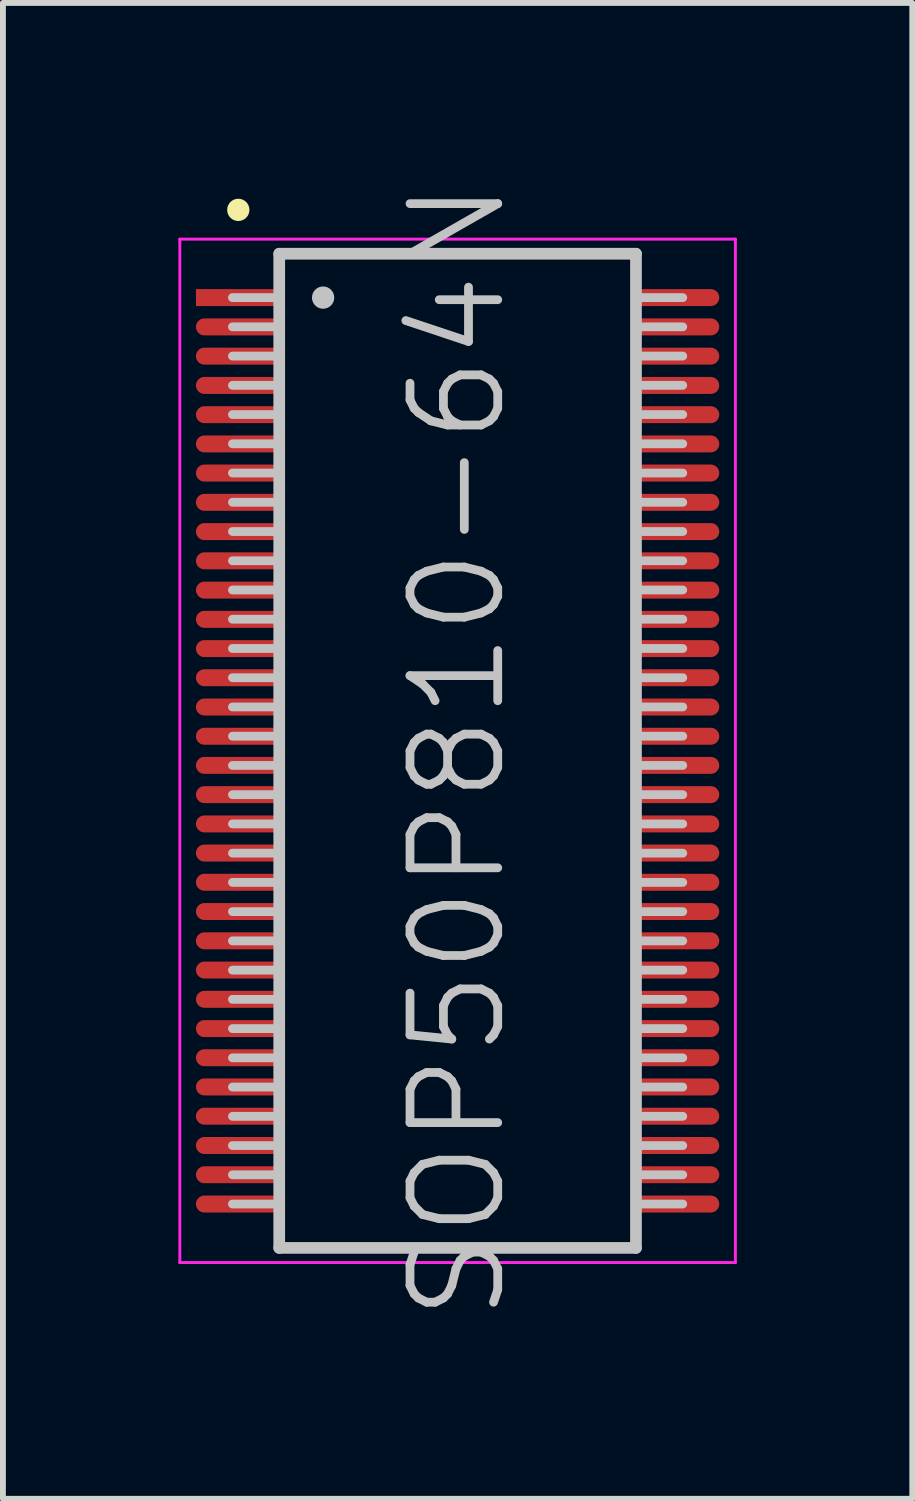
<source format=kicad_pcb>
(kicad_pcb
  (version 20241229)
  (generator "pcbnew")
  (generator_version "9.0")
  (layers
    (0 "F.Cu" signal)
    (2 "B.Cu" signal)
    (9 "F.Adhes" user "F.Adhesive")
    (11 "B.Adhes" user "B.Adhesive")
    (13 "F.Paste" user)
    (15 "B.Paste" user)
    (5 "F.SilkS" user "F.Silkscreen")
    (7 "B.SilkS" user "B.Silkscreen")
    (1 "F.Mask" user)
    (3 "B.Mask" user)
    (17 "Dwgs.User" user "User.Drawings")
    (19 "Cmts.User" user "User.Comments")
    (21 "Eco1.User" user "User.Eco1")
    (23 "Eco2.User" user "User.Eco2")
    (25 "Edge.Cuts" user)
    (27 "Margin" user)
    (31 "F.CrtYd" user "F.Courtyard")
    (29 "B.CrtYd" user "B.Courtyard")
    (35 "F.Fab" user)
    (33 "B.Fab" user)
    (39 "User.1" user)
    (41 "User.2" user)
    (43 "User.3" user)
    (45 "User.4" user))
  (footprint "SOP50P810-64N"
    (layer "F.Cu")
    (at 4.775 9.789)
    (property "Reference" "SOP50P810-64N" (at 0 0 90) (layer "Dwgs.User") (effects (font (size 1.5 1.5) (thickness 0.15))))
    (attr smd)
    (fp_line (start -3.75 -9.25) (end -3.75 -9.25) (stroke (width 0.381) (type solid)) (layer "F.SilkS"))
    (fp_line (start -3.05 -8.5) (end -3.05 8.5) (stroke (width 0.2) (type solid)) (layer "Dwgs.User"))
    (fp_line (start -3.05 -8.5) (end 3.05 -8.5) (stroke (width 0.2) (type solid)) (layer "Dwgs.User"))
    (fp_line (start -3.05 -7.75) (end -3.85 -7.75) (stroke (width 0.15) (type solid)) (layer "Dwgs.User"))
    (fp_line (start -3.05 -7.25) (end -3.85 -7.25) (stroke (width 0.15) (type solid)) (layer "Dwgs.User"))
    (fp_line (start -3.05 -6.75) (end -3.85 -6.75) (stroke (width 0.15) (type solid)) (layer "Dwgs.User"))
    (fp_line (start -3.05 -6.25) (end -3.85 -6.25) (stroke (width 0.15) (type solid)) (layer "Dwgs.User"))
    (fp_line (start -3.05 -5.75) (end -3.85 -5.75) (stroke (width 0.15) (type solid)) (layer "Dwgs.User"))
    (fp_line (start -3.05 -5.25) (end -3.85 -5.25) (stroke (width 0.15) (type solid)) (layer "Dwgs.User"))
    (fp_line (start -3.05 -4.75) (end -3.85 -4.75) (stroke (width 0.15) (type solid)) (layer "Dwgs.User"))
    (fp_line (start -3.05 -4.25) (end -3.85 -4.25) (stroke (width 0.15) (type solid)) (layer "Dwgs.User"))
    (fp_line (start -3.05 -3.75) (end -3.85 -3.75) (stroke (width 0.15) (type solid)) (layer "Dwgs.User"))
    (fp_line (start -3.05 -3.25) (end -3.85 -3.25) (stroke (width 0.15) (type solid)) (layer "Dwgs.User"))
    (fp_line (start -3.05 -2.75) (end -3.85 -2.75) (stroke (width 0.15) (type solid)) (layer "Dwgs.User"))
    (fp_line (start -3.05 -2.25) (end -3.85 -2.25) (stroke (width 0.15) (type solid)) (layer "Dwgs.User"))
    (fp_line (start -3.05 -1.75) (end -3.85 -1.75) (stroke (width 0.15) (type solid)) (layer "Dwgs.User"))
    (fp_line (start -3.05 -1.25) (end -3.85 -1.25) (stroke (width 0.15) (type solid)) (layer "Dwgs.User"))
    (fp_line (start -3.05 -0.75) (end -3.85 -0.75) (stroke (width 0.15) (type solid)) (layer "Dwgs.User"))
    (fp_line (start -3.05 -0.25) (end -3.85 -0.25) (stroke (width 0.15) (type solid)) (layer "Dwgs.User"))
    (fp_line (start -3.05 0.25) (end -3.85 0.25) (stroke (width 0.15) (type solid)) (layer "Dwgs.User"))
    (fp_line (start -3.05 0.75) (end -3.85 0.75) (stroke (width 0.15) (type solid)) (layer "Dwgs.User"))
    (fp_line (start -3.05 1.25) (end -3.85 1.25) (stroke (width 0.15) (type solid)) (layer "Dwgs.User"))
    (fp_line (start -3.05 1.75) (end -3.85 1.75) (stroke (width 0.15) (type solid)) (layer "Dwgs.User"))
    (fp_line (start -3.05 2.25) (end -3.85 2.25) (stroke (width 0.15) (type solid)) (layer "Dwgs.User"))
    (fp_line (start -3.05 2.75) (end -3.85 2.75) (stroke (width 0.15) (type solid)) (layer "Dwgs.User"))
    (fp_line (start -3.05 3.25) (end -3.85 3.25) (stroke (width 0.15) (type solid)) (layer "Dwgs.User"))
    (fp_line (start -3.05 3.75) (end -3.85 3.75) (stroke (width 0.15) (type solid)) (layer "Dwgs.User"))
    (fp_line (start -3.05 4.25) (end -3.85 4.25) (stroke (width 0.15) (type solid)) (layer "Dwgs.User"))
    (fp_line (start -3.05 4.75) (end -3.85 4.75) (stroke (width 0.15) (type solid)) (layer "Dwgs.User"))
    (fp_line (start -3.05 5.25) (end -3.85 5.25) (stroke (width 0.15) (type solid)) (layer "Dwgs.User"))
    (fp_line (start -3.05 5.75) (end -3.85 5.75) (stroke (width 0.15) (type solid)) (layer "Dwgs.User"))
    (fp_line (start -3.05 6.25) (end -3.85 6.25) (stroke (width 0.15) (type solid)) (layer "Dwgs.User"))
    (fp_line (start -3.05 6.75) (end -3.85 6.75) (stroke (width 0.15) (type solid)) (layer "Dwgs.User"))
    (fp_line (start -3.05 7.25) (end -3.85 7.25) (stroke (width 0.15) (type solid)) (layer "Dwgs.User"))
    (fp_line (start -3.05 7.75) (end -3.85 7.75) (stroke (width 0.15) (type solid)) (layer "Dwgs.User"))
    (fp_line (start -3.05 8.5) (end 3.05 8.5) (stroke (width 0.2) (type solid)) (layer "Dwgs.User"))
    (fp_line (start -2.3 -7.75) (end -2.3 -7.75) (stroke (width 0.381) (type solid)) (layer "Dwgs.User"))
    (fp_line (start 3.05 -8.5) (end 3.05 8.5) (stroke (width 0.2) (type solid)) (layer "Dwgs.User"))
    (fp_line (start 3.85 -7.75) (end 3.05 -7.75) (stroke (width 0.15) (type solid)) (layer "Dwgs.User"))
    (fp_line (start 3.85 -7.25) (end 3.05 -7.25) (stroke (width 0.15) (type solid)) (layer "Dwgs.User"))
    (fp_line (start 3.85 -6.75) (end 3.05 -6.75) (stroke (width 0.15) (type solid)) (layer "Dwgs.User"))
    (fp_line (start 3.85 -6.25) (end 3.05 -6.25) (stroke (width 0.15) (type solid)) (layer "Dwgs.User"))
    (fp_line (start 3.85 -5.75) (end 3.05 -5.75) (stroke (width 0.15) (type solid)) (layer "Dwgs.User"))
    (fp_line (start 3.85 -5.25) (end 3.05 -5.25) (stroke (width 0.15) (type solid)) (layer "Dwgs.User"))
    (fp_line (start 3.85 -4.75) (end 3.05 -4.75) (stroke (width 0.15) (type solid)) (layer "Dwgs.User"))
    (fp_line (start 3.85 -4.25) (end 3.05 -4.25) (stroke (width 0.15) (type solid)) (layer "Dwgs.User"))
    (fp_line (start 3.85 -3.75) (end 3.05 -3.75) (stroke (width 0.15) (type solid)) (layer "Dwgs.User"))
    (fp_line (start 3.85 -3.25) (end 3.05 -3.25) (stroke (width 0.15) (type solid)) (layer "Dwgs.User"))
    (fp_line (start 3.85 -2.75) (end 3.05 -2.75) (stroke (width 0.15) (type solid)) (layer "Dwgs.User"))
    (fp_line (start 3.85 -2.25) (end 3.05 -2.25) (stroke (width 0.15) (type solid)) (layer "Dwgs.User"))
    (fp_line (start 3.85 -1.75) (end 3.05 -1.75) (stroke (width 0.15) (type solid)) (layer "Dwgs.User"))
    (fp_line (start 3.85 -1.25) (end 3.05 -1.25) (stroke (width 0.15) (type solid)) (layer "Dwgs.User"))
    (fp_line (start 3.85 -0.75) (end 3.05 -0.75) (stroke (width 0.15) (type solid)) (layer "Dwgs.User"))
    (fp_line (start 3.85 -0.25) (end 3.05 -0.25) (stroke (width 0.15) (type solid)) (layer "Dwgs.User"))
    (fp_line (start 3.85 0.25) (end 3.05 0.25) (stroke (width 0.15) (type solid)) (layer "Dwgs.User"))
    (fp_line (start 3.85 0.75) (end 3.05 0.75) (stroke (width 0.15) (type solid)) (layer "Dwgs.User"))
    (fp_line (start 3.85 1.25) (end 3.05 1.25) (stroke (width 0.15) (type solid)) (layer "Dwgs.User"))
    (fp_line (start 3.85 1.75) (end 3.05 1.75) (stroke (width 0.15) (type solid)) (layer "Dwgs.User"))
    (fp_line (start 3.85 2.25) (end 3.05 2.25) (stroke (width 0.15) (type solid)) (layer "Dwgs.User"))
    (fp_line (start 3.85 2.75) (end 3.05 2.75) (stroke (width 0.15) (type solid)) (layer "Dwgs.User"))
    (fp_line (start 3.85 3.25) (end 3.05 3.25) (stroke (width 0.15) (type solid)) (layer "Dwgs.User"))
    (fp_line (start 3.85 3.75) (end 3.05 3.75) (stroke (width 0.15) (type solid)) (layer "Dwgs.User"))
    (fp_line (start 3.85 4.25) (end 3.05 4.25) (stroke (width 0.15) (type solid)) (layer "Dwgs.User"))
    (fp_line (start 3.85 4.75) (end 3.05 4.75) (stroke (width 0.15) (type solid)) (layer "Dwgs.User"))
    (fp_line (start 3.85 5.25) (end 3.05 5.25) (stroke (width 0.15) (type solid)) (layer "Dwgs.User"))
    (fp_line (start 3.85 5.75) (end 3.05 5.75) (stroke (width 0.15) (type solid)) (layer "Dwgs.User"))
    (fp_line (start 3.85 6.25) (end 3.05 6.25) (stroke (width 0.15) (type solid)) (layer "Dwgs.User"))
    (fp_line (start 3.85 6.75) (end 3.05 6.75) (stroke (width 0.15) (type solid)) (layer "Dwgs.User"))
    (fp_line (start 3.85 7.25) (end 3.05 7.25) (stroke (width 0.15) (type solid)) (layer "Dwgs.User"))
    (fp_line (start 3.85 7.75) (end 3.05 7.75) (stroke (width 0.15) (type solid)) (layer "Dwgs.User"))
    (fp_line (start -4.75 -8.75) (end -4.75 8.75) (stroke (width 0.05) (type solid)) (layer "F.CrtYd"))
    (fp_line (start -4.75 -8.75) (end 4.75 -8.75) (stroke (width 0.05) (type solid)) (layer "F.CrtYd"))
    (fp_line (start -4.75 8.75) (end 4.75 8.75) (stroke (width 0.05) (type solid)) (layer "F.CrtYd"))
    (fp_line (start 4.75 -8.75) (end 4.75 8.75) (stroke (width 0.05) (type solid)) (layer "F.CrtYd"))
    (pad "1" smd rect (at -3.749 -7.75 90) (size 0.29 1.45) (layers "F.Cu" "F.Mask" "F.Paste"))
    (pad "2" smd oval (at -3.749 -7.249 90) (size 0.29 1.45) (layers "F.Cu" "F.Mask" "F.Paste"))
    (pad "3" smd oval (at -3.749 -6.749 90) (size 0.29 1.45) (layers "F.Cu" "F.Mask" "F.Paste"))
    (pad "4" smd oval (at -3.749 -6.248 90) (size 0.29 1.45) (layers "F.Cu" "F.Mask" "F.Paste"))
    (pad "5" smd oval (at -3.749 -5.748 90) (size 0.29 1.45) (layers "F.Cu" "F.Mask" "F.Paste"))
    (pad "6" smd oval (at -3.749 -5.248 90) (size 0.29 1.45) (layers "F.Cu" "F.Mask" "F.Paste"))
    (pad "7" smd oval (at -3.749 -4.75 90) (size 0.29 1.45) (layers "F.Cu" "F.Mask" "F.Paste"))
    (pad "8" smd oval (at -3.749 -4.249 90) (size 0.29 1.45) (layers "F.Cu" "F.Mask" "F.Paste"))
    (pad "9" smd oval (at -3.749 -3.749 90) (size 0.29 1.45) (layers "F.Cu" "F.Mask" "F.Paste"))
    (pad "10" smd oval (at -3.749 -3.249 90) (size 0.29 1.45) (layers "F.Cu" "F.Mask" "F.Paste"))
    (pad "11" smd oval (at -3.749 -2.748 90) (size 0.29 1.45) (layers "F.Cu" "F.Mask" "F.Paste"))
    (pad "12" smd oval (at -3.749 -2.248 90) (size 0.29 1.45) (layers "F.Cu" "F.Mask" "F.Paste"))
    (pad "13" smd oval (at -3.749 -1.748 90) (size 0.29 1.45) (layers "F.Cu" "F.Mask" "F.Paste"))
    (pad "14" smd oval (at -3.749 -1.25 90) (size 0.29 1.45) (layers "F.Cu" "F.Mask" "F.Paste"))
    (pad "15" smd oval (at -3.749 -0.749 90) (size 0.29 1.45) (layers "F.Cu" "F.Mask" "F.Paste"))
    (pad "16" smd oval (at -3.749 -0.249 90) (size 0.29 1.45) (layers "F.Cu" "F.Mask" "F.Paste"))
    (pad "17" smd oval (at -3.749 0.249 90) (size 0.29 1.45) (layers "F.Cu" "F.Mask" "F.Paste"))
    (pad "18" smd oval (at -3.749 0.749 90) (size 0.29 1.45) (layers "F.Cu" "F.Mask" "F.Paste"))
    (pad "19" smd oval (at -3.749 1.25 90) (size 0.29 1.45) (layers "F.Cu" "F.Mask" "F.Paste"))
    (pad "20" smd oval (at -3.749 1.748 90) (size 0.29 1.45) (layers "F.Cu" "F.Mask" "F.Paste"))
    (pad "21" smd oval (at -3.749 2.248 90) (size 0.29 1.45) (layers "F.Cu" "F.Mask" "F.Paste"))
    (pad "22" smd oval (at -3.749 2.748 90) (size 0.29 1.45) (layers "F.Cu" "F.Mask" "F.Paste"))
    (pad "23" smd oval (at -3.749 3.249 90) (size 0.29 1.45) (layers "F.Cu" "F.Mask" "F.Paste"))
    (pad "24" smd oval (at -3.749 3.749 90) (size 0.29 1.45) (layers "F.Cu" "F.Mask" "F.Paste"))
    (pad "25" smd oval (at -3.749 4.249 90) (size 0.29 1.45) (layers "F.Cu" "F.Mask" "F.Paste"))
    (pad "26" smd oval (at -3.749 4.75 90) (size 0.29 1.45) (layers "F.Cu" "F.Mask" "F.Paste"))
    (pad "27" smd oval (at -3.749 5.248 90) (size 0.29 1.45) (layers "F.Cu" "F.Mask" "F.Paste"))
    (pad "28" smd oval (at -3.749 5.748 90) (size 0.29 1.45) (layers "F.Cu" "F.Mask" "F.Paste"))
    (pad "29" smd oval (at -3.749 6.248 90) (size 0.29 1.45) (layers "F.Cu" "F.Mask" "F.Paste"))
    (pad "30" smd oval (at -3.749 6.749 90) (size 0.29 1.45) (layers "F.Cu" "F.Mask" "F.Paste"))
    (pad "31" smd oval (at -3.749 7.249 90) (size 0.29 1.45) (layers "F.Cu" "F.Mask" "F.Paste"))
    (pad "32" smd oval (at -3.749 7.75 90) (size 0.29 1.45) (layers "F.Cu" "F.Mask" "F.Paste"))
    (pad "33" smd oval (at 3.749 7.75 270) (size 0.29 1.45) (layers "F.Cu" "F.Mask" "F.Paste"))
    (pad "34" smd oval (at 3.749 7.249 270) (size 0.29 1.45) (layers "F.Cu" "F.Mask" "F.Paste"))
    (pad "35" smd oval (at 3.749 6.749 270) (size 0.29 1.45) (layers "F.Cu" "F.Mask" "F.Paste"))
    (pad "36" smd oval (at 3.749 6.248 270) (size 0.29 1.45) (layers "F.Cu" "F.Mask" "F.Paste"))
    (pad "37" smd oval (at 3.749 5.748 270) (size 0.29 1.45) (layers "F.Cu" "F.Mask" "F.Paste"))
    (pad "38" smd oval (at 3.749 5.248 270) (size 0.29 1.45) (layers "F.Cu" "F.Mask" "F.Paste"))
    (pad "39" smd oval (at 3.749 4.75 270) (size 0.29 1.45) (layers "F.Cu" "F.Mask" "F.Paste"))
    (pad "40" smd oval (at 3.749 4.249 270) (size 0.29 1.45) (layers "F.Cu" "F.Mask" "F.Paste"))
    (pad "41" smd oval (at 3.749 3.749 270) (size 0.29 1.45) (layers "F.Cu" "F.Mask" "F.Paste"))
    (pad "42" smd oval (at 3.749 3.249 270) (size 0.29 1.45) (layers "F.Cu" "F.Mask" "F.Paste"))
    (pad "43" smd oval (at 3.749 2.748 270) (size 0.29 1.45) (layers "F.Cu" "F.Mask" "F.Paste"))
    (pad "44" smd oval (at 3.749 2.248 270) (size 0.29 1.45) (layers "F.Cu" "F.Mask" "F.Paste"))
    (pad "45" smd oval (at 3.749 1.748 270) (size 0.29 1.45) (layers "F.Cu" "F.Mask" "F.Paste"))
    (pad "46" smd oval (at 3.749 1.25 270) (size 0.29 1.45) (layers "F.Cu" "F.Mask" "F.Paste"))
    (pad "47" smd oval (at 3.749 0.749 270) (size 0.29 1.45) (layers "F.Cu" "F.Mask" "F.Paste"))
    (pad "48" smd oval (at 3.749 0.249 270) (size 0.29 1.45) (layers "F.Cu" "F.Mask" "F.Paste"))
    (pad "49" smd oval (at 3.749 -0.249 270) (size 0.29 1.45) (layers "F.Cu" "F.Mask" "F.Paste"))
    (pad "50" smd oval (at 3.749 -0.749 270) (size 0.29 1.45) (layers "F.Cu" "F.Mask" "F.Paste"))
    (pad "51" smd oval (at 3.749 -1.25 270) (size 0.29 1.45) (layers "F.Cu" "F.Mask" "F.Paste"))
    (pad "52" smd oval (at 3.749 -1.748 270) (size 0.29 1.45) (layers "F.Cu" "F.Mask" "F.Paste"))
    (pad "53" smd oval (at 3.749 -2.248 270) (size 0.29 1.45) (layers "F.Cu" "F.Mask" "F.Paste"))
    (pad "54" smd oval (at 3.749 -2.748 270) (size 0.29 1.45) (layers "F.Cu" "F.Mask" "F.Paste"))
    (pad "55" smd oval (at 3.749 -3.249 270) (size 0.29 1.45) (layers "F.Cu" "F.Mask" "F.Paste"))
    (pad "56" smd oval (at 3.749 -3.749 270) (size 0.29 1.45) (layers "F.Cu" "F.Mask" "F.Paste"))
    (pad "57" smd oval (at 3.749 -4.249 270) (size 0.29 1.45) (layers "F.Cu" "F.Mask" "F.Paste"))
    (pad "58" smd oval (at 3.749 -4.75 270) (size 0.29 1.45) (layers "F.Cu" "F.Mask" "F.Paste"))
    (pad "59" smd oval (at 3.749 -5.248 270) (size 0.29 1.45) (layers "F.Cu" "F.Mask" "F.Paste"))
    (pad "60" smd oval (at 3.749 -5.748 270) (size 0.29 1.45) (layers "F.Cu" "F.Mask" "F.Paste"))
    (pad "61" smd oval (at 3.749 -6.248 270) (size 0.29 1.45) (layers "F.Cu" "F.Mask" "F.Paste"))
    (pad "62" smd oval (at 3.749 -6.749 270) (size 0.29 1.45) (layers "F.Cu" "F.Mask" "F.Paste"))
    (pad "63" smd oval (at 3.749 -7.249 270) (size 0.29 1.45) (layers "F.Cu" "F.Mask" "F.Paste"))
    (pad "64" smd oval (at 3.749 -7.75 270) (size 0.29 1.45) (layers "F.Cu" "F.Mask" "F.Paste")))
  (gr_rect
    (start -3 -3)
    (end 12.55 22.579)
    (stroke (width 0.1) (type default))
    (fill no)
    (layer "Edge.Cuts")))
</source>
